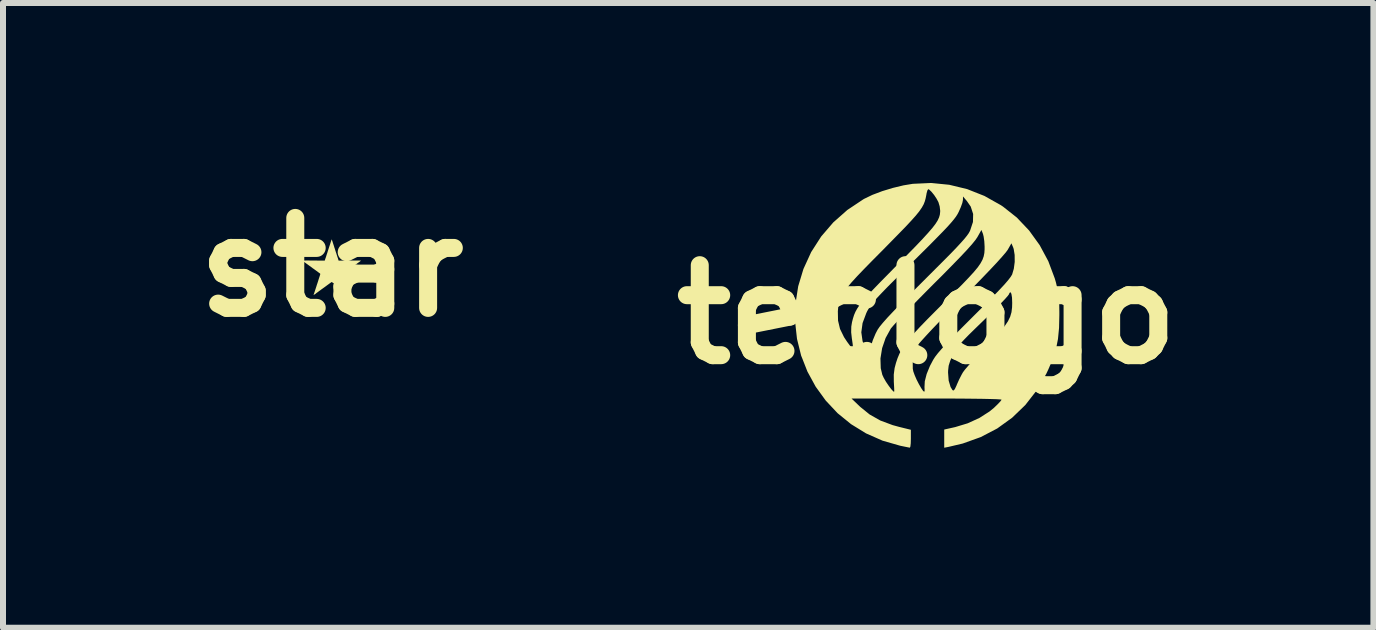
<source format=kicad_pcb>
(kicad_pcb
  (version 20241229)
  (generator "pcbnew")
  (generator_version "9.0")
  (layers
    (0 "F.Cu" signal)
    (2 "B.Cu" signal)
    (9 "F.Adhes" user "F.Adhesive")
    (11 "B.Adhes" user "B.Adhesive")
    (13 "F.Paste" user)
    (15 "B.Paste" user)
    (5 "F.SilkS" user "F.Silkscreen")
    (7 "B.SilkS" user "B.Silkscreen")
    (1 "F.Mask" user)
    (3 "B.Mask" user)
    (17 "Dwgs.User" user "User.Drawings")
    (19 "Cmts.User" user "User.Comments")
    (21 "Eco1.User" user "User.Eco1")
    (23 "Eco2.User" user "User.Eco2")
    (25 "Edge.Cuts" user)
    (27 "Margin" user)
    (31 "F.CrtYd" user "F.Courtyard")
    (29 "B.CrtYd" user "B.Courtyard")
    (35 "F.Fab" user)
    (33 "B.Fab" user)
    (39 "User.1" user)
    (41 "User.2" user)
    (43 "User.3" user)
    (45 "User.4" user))
  (footprint "star"
    (layer "F.Cu")
    (at 2.479 1.404)
    (property "Reference" "star" (at 0 0 0) (layer "F.SilkS") (effects (font (size 1.5 1.5) (thickness 0.3))))
    (attr board_only exclude_from_pos_files exclude_from_bom)
    (fp_poly (pts (xy -0.467 -0.081) (xy -0.468 -0.08) (xy -0.47 -0.081) (xy -0.468 -0.082)) (stroke (width 0) (type solid)) (fill yes) (layer "F.SilkS"))
    (fp_poly (pts (xy -0.226 0.086) (xy -0.227 0.088) (xy -0.228 0.086) (xy -0.227 0.085)) (stroke (width 0) (type solid)) (fill yes) (layer "F.SilkS"))
    (fp_poly (pts (xy -0.18 0.383) (xy -0.182 0.385) (xy -0.183 0.383) (xy -0.182 0.382)) (stroke (width 0) (type solid)) (fill yes) (layer "F.SilkS"))
    (fp_poly (pts (xy -0.08 0.317) (xy -0.081 0.318) (xy -0.082 0.317) (xy -0.081 0.316)) (stroke (width 0) (type solid)) (fill yes) (layer "F.SilkS"))
    (fp_poly (pts (xy 0.239 0.084) (xy 0.237 0.085) (xy 0.236 0.084) (xy 0.237 0.082)) (stroke (width 0) (type solid)) (fill yes) (layer "F.SilkS"))
    (fp_poly (pts (xy 0.001 -0.462) (xy 0.004 -0.455) (xy 0.007 -0.445) (xy 0.012 -0.431) (xy 0.017 -0.415) (xy 0.021 -0.403) (xy 0.028 -0.381) (xy 0.036 -0.357) (xy 0.044 -0.33) (xy 0.053 -0.305) (xy 0.06 -0.281) (xy 0.062 -0.275) (xy 0.069 -0.253) (xy 0.077 -0.23) (xy 0.084 -0.207) (xy 0.091 -0.185) (xy 0.097 -0.166) (xy 0.1 -0.159) (xy 0.115 -0.11) (xy 0.302 -0.111) (xy 0.34 -0.111) (xy 0.373 -0.111) (xy 0.401 -0.111) (xy 0.424 -0.111) (xy 0.443 -0.111) (xy 0.459 -0.111) (xy 0.471 -0.111) (xy 0.479 -0.111) (xy 0.484 -0.11) (xy 0.487 -0.11) (xy 0.487 -0.109) (xy 0.484 -0.106) (xy 0.478 -0.101) (xy 0.47 -0.095) (xy 0.465 -0.091) (xy 0.455 -0.084) (xy 0.446 -0.078) (xy 0.44 -0.073) (xy 0.438 -0.072) (xy 0.432 -0.068) (xy 0.423 -0.061) (xy 0.412 -0.053) (xy 0.399 -0.044) (xy 0.386 -0.034) (xy 0.373 -0.025) (xy 0.361 -0.016) (xy 0.351 -0.009) (xy 0.344 -0.004) (xy 0.344 -0.004) (xy 0.339 -0.001) (xy 0.33 0.006) (xy 0.319 0.014) (xy 0.305 0.024) (xy 0.289 0.036) (xy 0.271 0.048) (xy 0.26 0.057) (xy 0.187 0.11) (xy 0.206 0.168) (xy 0.222 0.216) (xy 0.236 0.259) (xy 0.248 0.298) (xy 0.259 0.331) (xy 0.269 0.361) (xy 0.277 0.386) (xy 0.284 0.408) (xy 0.29 0.426) (xy 0.294 0.44) (xy 0.298 0.45) (xy 0.3 0.458) (xy 0.301 0.462) (xy 0.301 0.464) (xy 0.298 0.463) (xy 0.294 0.46) (xy 0.294 0.46) (xy 0.288 0.455) (xy 0.279 0.448) (xy 0.269 0.441) (xy 0.259 0.434) (xy 0.249 0.427) (xy 0.241 0.422) (xy 0.236 0.419) (xy 0.234 0.418) (xy 0.232 0.418) (xy 0.232 0.417) (xy 0.232 0.416) (xy 0.228 0.413) (xy 0.223 0.408) (xy 0.214 0.401) (xy 0.201 0.392) (xy 0.185 0.381) (xy 0.166 0.367) (xy 0.16 0.363) (xy 0.155 0.36) (xy 0.153 0.36) (xy 0.152 0.36) (xy 0.152 0.359) (xy 0.15 0.357) (xy 0.145 0.352) (xy 0.136 0.346) (xy 0.126 0.338) (xy 0.113 0.328) (xy 0.1 0.318) (xy 0.086 0.307) (xy 0.072 0.297) (xy 0.059 0.288) (xy 0.048 0.28) (xy 0.039 0.274) (xy 0.033 0.27) (xy 0.032 0.269) (xy 0.028 0.266) (xy 0.027 0.265) (xy 0.024 0.263) (xy 0.018 0.259) (xy 0.013 0.255) (xy 0.006 0.25) (xy 0.001 0.248) (xy -0.002 0.248) (xy -0.006 0.25) (xy -0.007 0.251) (xy -0.01 0.253) (xy -0.017 0.258) (xy -0.028 0.266) (xy -0.041 0.275) (xy -0.057 0.287) (xy -0.075 0.3) (xy -0.094 0.314) (xy -0.114 0.329) (xy -0.135 0.344) (xy -0.156 0.359) (xy -0.177 0.374) (xy -0.196 0.388) (xy -0.215 0.402) (xy -0.231 0.414) (xy -0.245 0.424) (xy -0.247 0.425) (xy -0.257 0.433) (xy -0.264 0.439) (xy -0.27 0.444) (xy -0.271 0.446) (xy -0.272 0.448) (xy -0.273 0.447) (xy -0.276 0.448) (xy -0.282 0.451) (xy -0.288 0.455) (xy -0.296 0.461) (xy -0.301 0.464) (xy -0.302 0.464) (xy -0.302 0.461) (xy -0.299 0.454) (xy -0.296 0.443) (xy -0.291 0.428) (xy -0.285 0.411) (xy -0.278 0.39) (xy -0.271 0.368) (xy -0.263 0.344) (xy -0.255 0.319) (xy -0.247 0.293) (xy -0.238 0.267) (xy -0.23 0.242) (xy -0.222 0.217) (xy -0.215 0.194) (xy -0.208 0.173) (xy -0.202 0.154) (xy -0.197 0.139) (xy -0.194 0.127) (xy -0.191 0.118) (xy -0.19 0.115) (xy -0.19 0.115) (xy -0.19 0.113) (xy -0.191 0.111) (xy -0.192 0.109) (xy -0.195 0.106) (xy -0.199 0.102) (xy -0.205 0.097) (xy -0.214 0.091) (xy -0.225 0.083) (xy -0.239 0.072) (xy -0.256 0.06) (xy -0.277 0.045) (xy -0.301 0.027) (xy -0.307 0.023) (xy -0.313 0.021) (xy -0.314 0.021) (xy -0.316 0.02) (xy -0.315 0.02) (xy -0.316 0.017) (xy -0.32 0.013) (xy -0.325 0.01) (xy -0.33 0.006) (xy -0.339 -0.000279) (xy -0.35 -0.009) (xy -0.365 -0.019) (xy -0.38 -0.03) (xy -0.398 -0.043) (xy -0.406 -0.049) (xy -0.423 -0.061) (xy -0.439 -0.073) (xy -0.454 -0.083) (xy -0.466 -0.092) (xy -0.475 -0.098) (xy -0.48 -0.102) (xy -0.482 -0.103) (xy -0.485 -0.105) (xy -0.487 -0.106) (xy -0.488 -0.107) (xy -0.487 -0.109) (xy -0.484 -0.109) (xy -0.478 -0.11) (xy -0.471 -0.111) (xy -0.46 -0.111) (xy -0.446 -0.111) (xy -0.428 -0.112) (xy -0.406 -0.112) (xy -0.38 -0.112) (xy -0.35 -0.111) (xy -0.315 -0.111) (xy -0.302 -0.111) (xy -0.116 -0.11) (xy -0.102 -0.153) (xy -0.098 -0.163) (xy -0.094 -0.175) (xy -0.09 -0.189) (xy -0.085 -0.205) (xy -0.079 -0.223) (xy -0.072 -0.244) (xy -0.065 -0.268) (xy -0.056 -0.295) (xy -0.046 -0.326) (xy -0.034 -0.362) (xy -0.021 -0.402) (xy -0.019 -0.409) (xy -0.014 -0.425) (xy -0.009 -0.44) (xy -0.005 -0.451) (xy -0.002 -0.459) (xy -0.000305 -0.464) (xy 0 -0.464)) (stroke (width 0) (type solid)) (fill yes) (layer "F.SilkS")))
  (footprint "teclogo"
    (layer "F.Cu")
    (at 12.4 2.192)
    (property "Reference" "teclogo" (at 0 0 0) (layer "F.SilkS") (effects (font (size 1.5 1.5) (thickness 0.3))))
    (attr board_only exclude_from_pos_files exclude_from_bom)
    (fp_poly (pts (xy 0.373 -2.162) (xy 0.671 -2.09) (xy 0.959 -1.976) (xy 1.233 -1.822) (xy 1.269 -1.798) (xy 1.499 -1.616) (xy 1.704 -1.4) (xy 1.88 -1.156) (xy 2.024 -0.888) (xy 2.131 -0.603) (xy 2.15 -0.538) (xy 2.173 -0.443) (xy 2.19 -0.359) (xy 2.2 -0.272) (xy 2.206 -0.171) (xy 2.208 -0.042) (xy 2.208 0.011) (xy 2.203 0.225) (xy 2.185 0.409) (xy 2.152 0.577) (xy 2.099 0.742) (xy 2.024 0.917) (xy 1.99 0.989) (xy 1.831 1.265) (xy 1.641 1.509) (xy 1.421 1.721) (xy 1.173 1.9) (xy 0.899 2.043) (xy 0.598 2.151) (xy 0.361 2.207) (xy 0.289 2.221) (xy 0.289 2.07) (xy 0.289 1.918) (xy 0.472 1.877) (xy 0.68 1.814) (xy 0.875 1.725) (xy 1.045 1.616) (xy 1.117 1.557) (xy 1.177 1.499) (xy 1.222 1.452) (xy 1.244 1.423) (xy 1.244 1.42) (xy 1.223 1.416) (xy 1.16 1.412) (xy 1.059 1.409) (xy 0.924 1.406) (xy 0.756 1.404) (xy 0.561 1.402) (xy 0.341 1.401) (xy 0.099 1.401) (xy -0.006 1.401) (xy -1.256 1.401) (xy -1.111 1.54) (xy -0.954 1.667) (xy -0.777 1.767) (xy -0.571 1.844) (xy -0.465 1.873) (xy -0.267 1.922) (xy -0.267 2.072) (xy -0.269 2.147) (xy -0.275 2.2) (xy -0.283 2.22) (xy -0.283 2.22) (xy -0.312 2.215) (xy -0.371 2.203) (xy -0.444 2.188) (xy -0.74 2.103) (xy -1.014 1.982) (xy -1.264 1.828) (xy -1.489 1.645) (xy -1.686 1.435) (xy -1.854 1.203) (xy -1.991 0.952) (xy -2.077 0.733) (xy -0.774 0.733) (xy -0.769 0.896) (xy -0.743 1.005) (xy -0.719 1.057) (xy -0.681 1.123) (xy -0.636 1.189) (xy -0.593 1.246) (xy -0.559 1.282) (xy -0.546 1.289) (xy -0.544 1.269) (xy -0.546 1.215) (xy -0.55 1.138) (xy -0.551 1.124) (xy -0.552 1.002) (xy -0.538 0.894) (xy -0.515 0.807) (xy -0.502 0.768) (xy -0.236 0.768) (xy -0.235 0.904) (xy -0.226 0.95) (xy -0.204 1.011) (xy -0.172 1.085) (xy -0.133 1.161) (xy -0.095 1.227) (xy -0.063 1.274) (xy -0.044 1.289) (xy -0.038 1.27) (xy -0.039 1.222) (xy -0.04 1.213) (xy -0.035 1.114) (xy -0.004 0.993) (xy 0.006 0.968) (xy 0.353 0.968) (xy 0.363 1.102) (xy 0.395 1.209) (xy 0.427 1.261) (xy 0.444 1.268) (xy 0.465 1.245) (xy 0.494 1.184) (xy 0.499 1.17) (xy 0.537 1.085) (xy 0.58 1.001) (xy 0.601 0.964) (xy 0.632 0.922) (xy 0.689 0.855) (xy 0.767 0.769) (xy 0.859 0.67) (xy 0.96 0.565) (xy 0.982 0.542) (xy 1.114 0.405) (xy 1.218 0.291) (xy 1.295 0.196) (xy 1.351 0.114) (xy 1.388 0.038) (xy 1.41 -0.037) (xy 1.42 -0.118) (xy 1.422 -0.193) (xy 1.419 -0.282) (xy 1.409 -0.343) (xy 1.395 -0.371) (xy 1.378 -0.361) (xy 1.367 -0.335) (xy 1.348 -0.309) (xy 1.301 -0.256) (xy 1.23 -0.182) (xy 1.141 -0.092) (xy 1.036 0.011) (xy 0.932 0.112) (xy 0.801 0.239) (xy 0.698 0.34) (xy 0.619 0.421) (xy 0.559 0.486) (xy 0.514 0.542) (xy 0.479 0.592) (xy 0.45 0.642) (xy 0.432 0.676) (xy 0.388 0.774) (xy 0.363 0.854) (xy 0.354 0.934) (xy 0.353 0.968) (xy 0.006 0.968) (xy 0.051 0.858) (xy 0.105 0.756) (xy 0.137 0.706) (xy 0.184 0.645) (xy 0.248 0.571) (xy 0.333 0.479) (xy 0.44 0.367) (xy 0.573 0.231) (xy 0.735 0.069) (xy 0.782 0.022) (xy 0.952 -0.147) (xy 1.092 -0.289) (xy 1.204 -0.405) (xy 1.291 -0.498) (xy 1.354 -0.571) (xy 1.396 -0.626) (xy 1.42 -0.665) (xy 1.421 -0.667) (xy 1.449 -0.762) (xy 1.464 -0.876) (xy 1.463 -0.992) (xy 1.447 -1.092) (xy 1.437 -1.121) (xy 1.409 -1.186) (xy 1.346 -1.076) (xy 1.314 -1.033) (xy 1.252 -0.961) (xy 1.164 -0.863) (xy 1.051 -0.743) (xy 0.916 -0.602) (xy 0.762 -0.444) (xy 0.605 -0.286) (xy 0.459 -0.138) (xy 0.321 0.003) (xy 0.195 0.133) (xy 0.083 0.25) (xy -0.009 0.349) (xy -0.08 0.427) (xy -0.125 0.478) (xy -0.137 0.494) (xy -0.202 0.627) (xy -0.236 0.768) (xy -0.502 0.768) (xy -0.489 0.729) (xy -0.458 0.655) (xy -0.419 0.581) (xy -0.368 0.504) (xy -0.304 0.42) (xy -0.222 0.323) (xy -0.119 0.211) (xy 0.008 0.08) (xy 0.162 -0.075) (xy 0.287 -0.2) (xy 0.452 -0.364) (xy 0.588 -0.5) (xy 0.697 -0.614) (xy 0.783 -0.708) (xy 0.848 -0.786) (xy 0.895 -0.854) (xy 0.927 -0.913) (xy 0.947 -0.969) (xy 0.958 -1.025) (xy 0.962 -1.085) (xy 0.962 -1.133) (xy 0.957 -1.221) (xy 0.946 -1.299) (xy 0.935 -1.343) (xy 0.909 -1.409) (xy 0.841 -1.288) (xy 0.808 -1.24) (xy 0.752 -1.171) (xy 0.67 -1.079) (xy 0.561 -0.963) (xy 0.423 -0.821) (xy 0.256 -0.651) (xy 0.121 -0.517) (xy -0.022 -0.373) (xy -0.158 -0.235) (xy -0.283 -0.107) (xy -0.393 0.007) (xy -0.484 0.103) (xy -0.552 0.177) (xy -0.594 0.226) (xy -0.602 0.236) (xy -0.688 0.392) (xy -0.746 0.561) (xy -0.774 0.733) (xy -2.077 0.733) (xy -2.096 0.686) (xy -2.165 0.407) (xy -2.197 0.119) (xy -2.194 -0.053) (xy -1.484 -0.053) (xy -1.481 0.102) (xy -1.448 0.241) (xy -1.381 0.378) (xy -1.33 0.455) (xy -1.285 0.516) (xy -1.25 0.558) (xy -1.233 0.573) (xy -1.232 0.573) (xy -1.232 0.549) (xy -1.237 0.493) (xy -1.248 0.416) (xy -1.25 0.405) (xy -1.262 0.297) (xy -1.093 0.297) (xy -1.072 0.445) (xy -1.029 0.556) (xy -0.969 0.676) (xy -0.934 0.53) (xy -0.901 0.428) (xy -0.855 0.318) (xy -0.821 0.253) (xy -0.788 0.205) (xy -0.734 0.139) (xy -0.656 0.051) (xy -0.553 -0.058) (xy -0.423 -0.193) (xy -0.264 -0.353) (xy -0.075 -0.542) (xy -0.039 -0.578) (xy 0.134 -0.751) (xy 0.279 -0.896) (xy 0.398 -1.016) (xy 0.493 -1.115) (xy 0.567 -1.195) (xy 0.624 -1.259) (xy 0.666 -1.311) (xy 0.696 -1.353) (xy 0.716 -1.389) (xy 0.721 -1.4) (xy 0.768 -1.542) (xy 0.771 -1.675) (xy 0.731 -1.798) (xy 0.668 -1.889) (xy 0.602 -1.967) (xy 0.601 -1.909) (xy 0.591 -1.86) (xy 0.565 -1.788) (xy 0.53 -1.709) (xy 0.51 -1.671) (xy 0.484 -1.63) (xy 0.449 -1.584) (xy 0.403 -1.529) (xy 0.343 -1.462) (xy 0.265 -1.38) (xy 0.166 -1.279) (xy 0.044 -1.155) (xy -0.105 -1.007) (xy -0.235 -0.878) (xy -0.403 -0.712) (xy -0.542 -0.573) (xy -0.656 -0.459) (xy -0.747 -0.365) (xy -0.819 -0.289) (xy -0.874 -0.228) (xy -0.917 -0.176) (xy -0.949 -0.133) (xy -0.974 -0.092) (xy -0.996 -0.053) (xy -1.01 -0.023) (xy -1.072 0.143) (xy -1.093 0.297) (xy -1.262 0.297) (xy -1.262 0.293) (xy -1.26 0.201) (xy -1.248 0.128) (xy -1.232 0.066) (xy -1.214 0.009) (xy -1.191 -0.045) (xy -1.16 -0.101) (xy -1.118 -0.163) (xy -1.061 -0.234) (xy -0.987 -0.318) (xy -0.893 -0.419) (xy -0.776 -0.54) (xy -0.632 -0.686) (xy -0.498 -0.823) (xy -0.327 -0.995) (xy -0.185 -1.14) (xy -0.07 -1.261) (xy 0.021 -1.361) (xy 0.092 -1.443) (xy 0.144 -1.511) (xy 0.18 -1.568) (xy 0.203 -1.618) (xy 0.216 -1.663) (xy 0.221 -1.708) (xy 0.222 -1.728) (xy 0.213 -1.803) (xy 0.192 -1.873) (xy 0.162 -1.929) (xy 0.121 -1.991) (xy 0.076 -2.046) (xy 0.039 -2.081) (xy 0.023 -2.089) (xy 0.009 -2.069) (xy -0.005 -2.02) (xy -0.009 -1.995) (xy -0.02 -1.939) (xy -0.034 -1.887) (xy -0.054 -1.836) (xy -0.084 -1.782) (xy -0.126 -1.721) (xy -0.184 -1.649) (xy -0.26 -1.564) (xy -0.357 -1.46) (xy -0.478 -1.336) (xy -0.625 -1.186) (xy -0.731 -1.078) (xy -0.903 -0.905) (xy -1.046 -0.759) (xy -1.163 -0.637) (xy -1.256 -0.535) (xy -1.328 -0.449) (xy -1.383 -0.375) (xy -1.422 -0.311) (xy -1.449 -0.251) (xy -1.467 -0.193) (xy -1.477 -0.132) (xy -1.483 -0.065) (xy -1.484 -0.053) (xy -2.194 -0.053) (xy -2.191 -0.174) (xy -2.145 -0.47) (xy -2.058 -0.758) (xy -1.929 -1.04) (xy -1.762 -1.3) (xy -1.56 -1.535) (xy -1.326 -1.742) (xy -1.062 -1.918) (xy -1.043 -1.929) (xy -0.908 -1.994) (xy -0.744 -2.056) (xy -0.566 -2.11) (xy -0.387 -2.153) (xy -0.234 -2.178) (xy 0.071 -2.192)) (stroke (width 0) (type solid)) (fill yes) (layer "F.SilkS")))
  (gr_rect
    (start -3 -3)
    (end 19.843 7.413)
    (stroke (width 0.1) (type default))
    (fill no)
    (layer "Edge.Cuts")))
</source>
